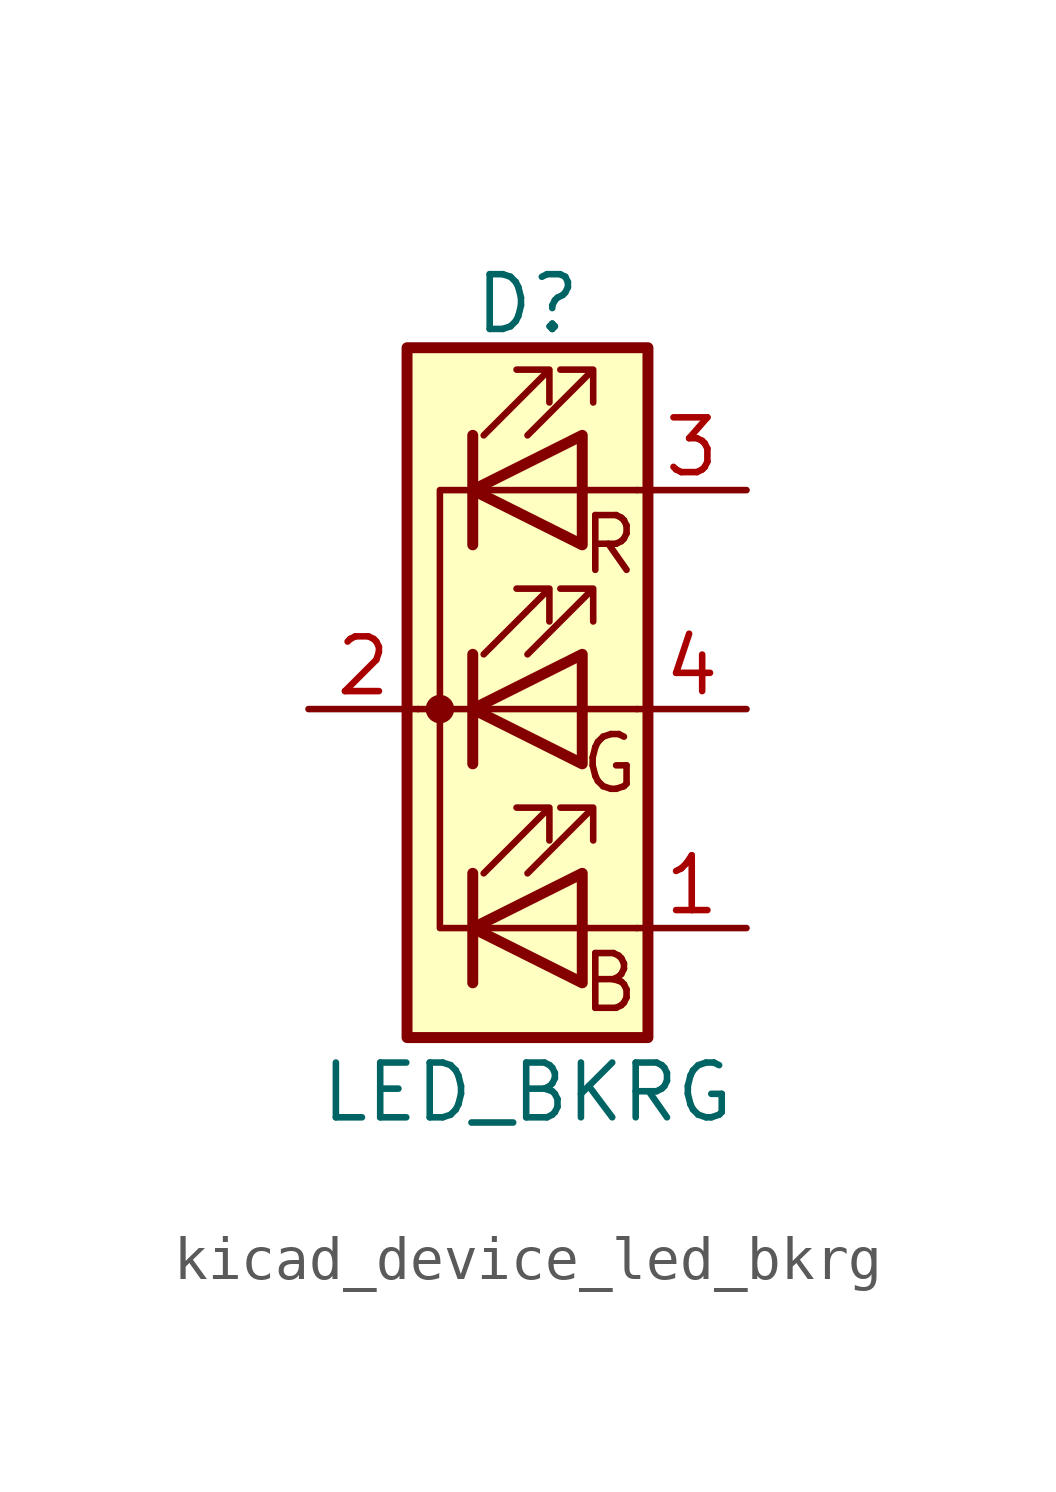
<source format=kicad_sym>
(kicad_symbol_lib
  (version 20220914)
  (generator kicad_symbol_editor)
  (symbol "kicad_device_led_bkrg"
    (pin_names
      (offset 0) hide)
    (property "Reference" "D"
      (at 0 9.398 0)
      (effects (font (size 1.27 1.27))))
    (property "Value" "LED_BKRG"
      (at 0 -8.89 0)
      (effects (font (size 1.27 1.27))))
    (symbol "kicad_device_led_bkrg_0_0"
      (text "B" (at 1.905 -6.35 0) (effects (font (size 1.27 1.27))))
      (text "G" (at 1.905 -1.27 0) (effects (font (size 1.27 1.27))))
      (text "R" (at 1.905 3.81 0) (effects (font (size 1.27 1.27)))))
    (symbol "kicad_device_led_bkrg_0_1"
      (circle (center -2.032 0) (radius 0.254) (stroke (width 0) (type default)) (fill (type outline)))
      (polyline (pts (xy -1.27 -5.08) (xy 1.27 -5.08)) (stroke (width 0) (type default)) (fill (type none)))
      (polyline (pts (xy -1.27 -3.81) (xy -1.27 -6.35)) (stroke (width 0.254) (type default)) (fill (type none)))
      (polyline (pts (xy -1.27 0) (xy -2.54 0)) (stroke (width 0) (type default)) (fill (type none)))
      (polyline (pts (xy -1.27 1.27) (xy -1.27 -1.27)) (stroke (width 0.254) (type default)) (fill (type none)))
      (polyline (pts (xy -1.27 5.08) (xy 1.27 5.08)) (stroke (width 0) (type default)) (fill (type none)))
      (polyline (pts (xy -1.27 6.35) (xy -1.27 3.81)) (stroke (width 0.254) (type default)) (fill (type none)))
      (polyline (pts (xy 1.27 -5.08) (xy 2.54 -5.08)) (stroke (width 0) (type default)) (fill (type none)))
      (polyline (pts (xy 1.27 0) (xy -1.27 0)) (stroke (width 0) (type default)) (fill (type none)))
      (polyline (pts (xy 1.27 0) (xy 2.54 0)) (stroke (width 0) (type default)) (fill (type none)))
      (polyline (pts (xy 1.27 5.08) (xy 2.54 5.08)) (stroke (width 0) (type default)) (fill (type none)))
      (polyline (pts (xy -1.27 1.27) (xy -1.27 -1.27) (xy -1.27 -1.27)) (stroke (width 0) (type default)) (fill (type none)))
      (polyline (pts (xy -1.27 6.35) (xy -1.27 3.81) (xy -1.27 3.81)) (stroke (width 0) (type default)) (fill (type none)))
      (polyline (pts (xy -1.27 5.08) (xy -2.032 5.08) (xy -2.032 -5.08) (xy -1.016 -5.08)) (stroke (width 0) (type default)) (fill (type none)))
      (polyline (pts (xy 1.27 -3.81) (xy 1.27 -6.35) (xy -1.27 -5.08) (xy 1.27 -3.81)) (stroke (width 0.254) (type default)) (fill (type none)))
      (polyline (pts (xy 1.27 1.27) (xy 1.27 -1.27) (xy -1.27 0) (xy 1.27 1.27)) (stroke (width 0.254) (type default)) (fill (type none)))
      (polyline (pts (xy 1.27 6.35) (xy 1.27 3.81) (xy -1.27 5.08) (xy 1.27 6.35)) (stroke (width 0.254) (type default)) (fill (type none)))
      (polyline (pts (xy -1.016 -3.81) (xy 0.508 -2.286) (xy -0.254 -2.286) (xy 0.508 -2.286) (xy 0.508 -3.048)) (stroke (width 0) (type default)) (fill (type none)))
      (polyline (pts (xy -1.016 1.27) (xy 0.508 2.794) (xy -0.254 2.794) (xy 0.508 2.794) (xy 0.508 2.032)) (stroke (width 0) (type default)) (fill (type none)))
      (polyline (pts (xy -1.016 6.35) (xy 0.508 7.874) (xy -0.254 7.874) (xy 0.508 7.874) (xy 0.508 7.112)) (stroke (width 0) (type default)) (fill (type none)))
      (polyline (pts (xy 0 -3.81) (xy 1.524 -2.286) (xy 0.762 -2.286) (xy 1.524 -2.286) (xy 1.524 -3.048)) (stroke (width 0) (type default)) (fill (type none)))
      (polyline (pts (xy 0 1.27) (xy 1.524 2.794) (xy 0.762 2.794) (xy 1.524 2.794) (xy 1.524 2.032)) (stroke (width 0) (type default)) (fill (type none)))
      (polyline (pts (xy 0 6.35) (xy 1.524 7.874) (xy 0.762 7.874) (xy 1.524 7.874) (xy 1.524 7.112)) (stroke (width 0) (type default)) (fill (type none)))
      (rectangle (start 1.27 -1.27) (end 1.27 1.27) (stroke (width 0) (type default)) (fill (type none)))
      (rectangle (start 1.27 1.27) (end 1.27 1.27) (stroke (width 0) (type default)) (fill (type none)))
      (rectangle (start 1.27 3.81) (end 1.27 6.35) (stroke (width 0) (type default)) (fill (type none)))
      (rectangle (start 1.27 6.35) (end 1.27 6.35) (stroke (width 0) (type default)) (fill (type none)))
      (rectangle (start 2.794 8.382) (end -2.794 -7.62) (stroke (width 0.254) (type default)) (fill (type background))))
    (symbol "kicad_device_led_bkrg_1_1"
      (pin passive line (at 5.08 -5.08 180) (length 2.54) (name "BA" (effects (font (size 1.27 1.27)))) (number "1" (effects (font (size 1.27 1.27)))))
      (pin passive line (at -5.08 0 0) (length 2.54) (name "K" (effects (font (size 1.27 1.27)))) (number "2" (effects (font (size 1.27 1.27)))))
      (pin passive line (at 5.08 5.08 180) (length 2.54) (name "RA" (effects (font (size 1.27 1.27)))) (number "3" (effects (font (size 1.27 1.27)))))
      (pin passive line (at 5.08 0 180) (length 2.54) (name "GA" (effects (font (size 1.27 1.27)))) (number "4" (effects (font (size 1.27 1.27))))))))
</source>
